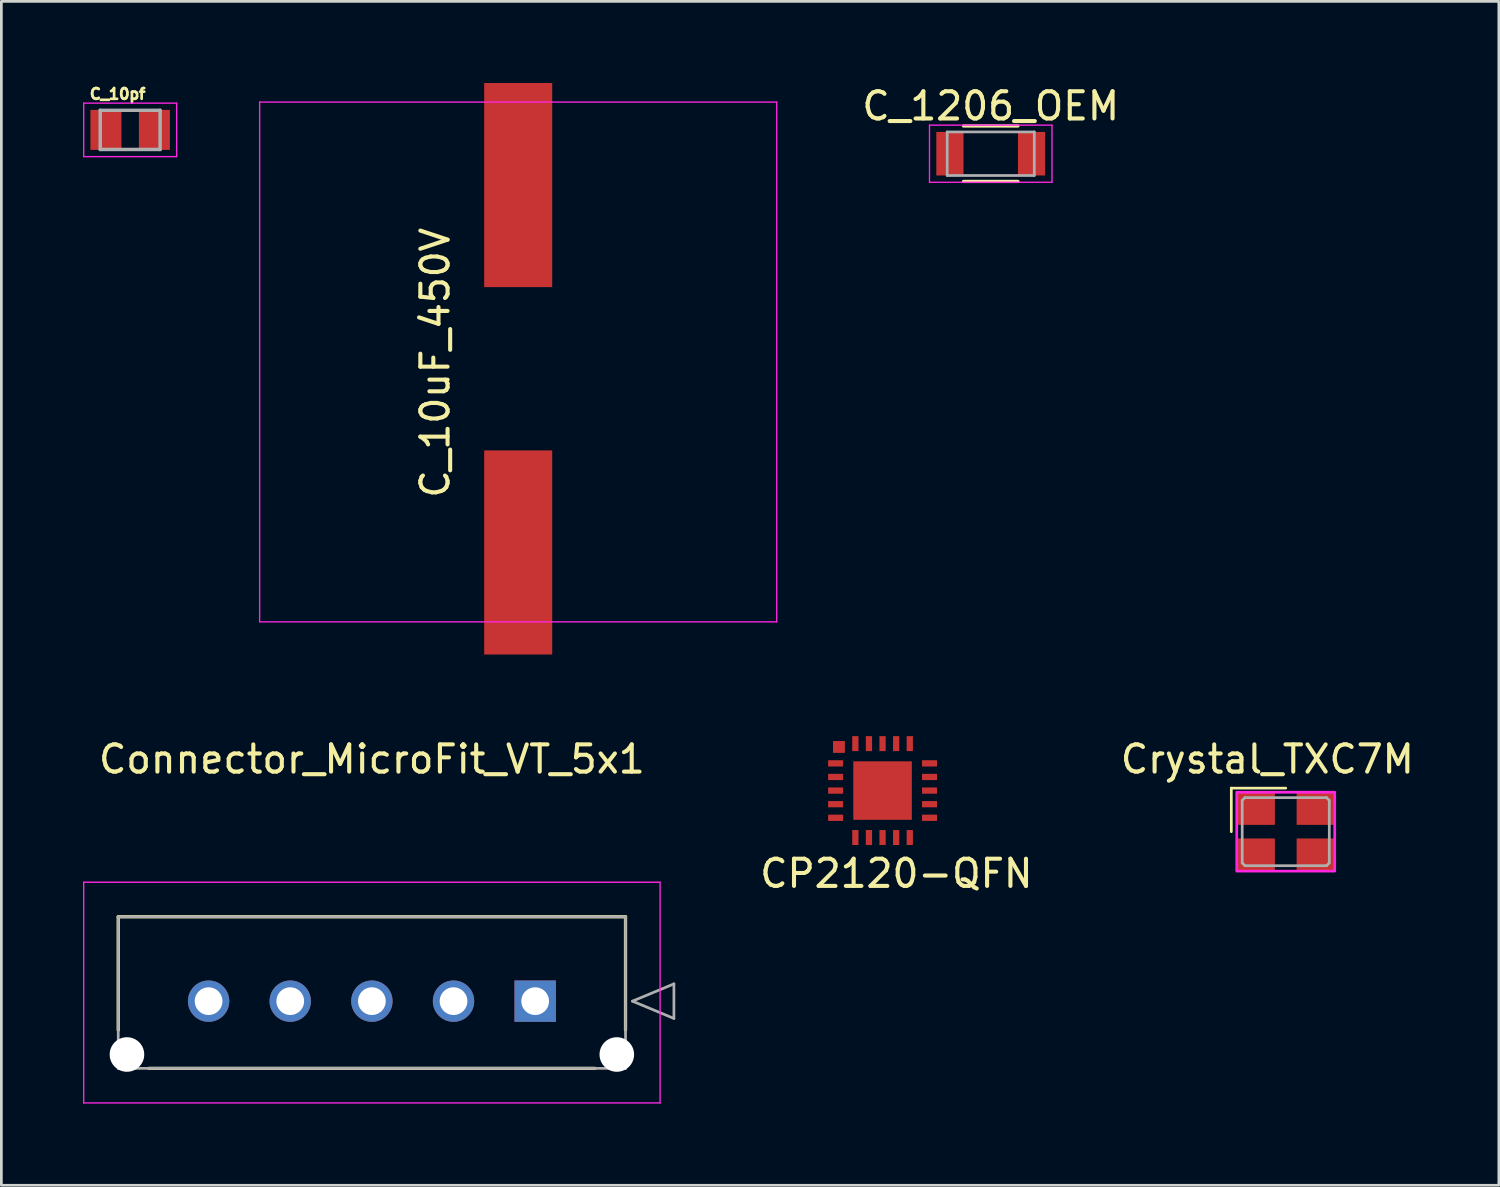
<source format=kicad_pcb>
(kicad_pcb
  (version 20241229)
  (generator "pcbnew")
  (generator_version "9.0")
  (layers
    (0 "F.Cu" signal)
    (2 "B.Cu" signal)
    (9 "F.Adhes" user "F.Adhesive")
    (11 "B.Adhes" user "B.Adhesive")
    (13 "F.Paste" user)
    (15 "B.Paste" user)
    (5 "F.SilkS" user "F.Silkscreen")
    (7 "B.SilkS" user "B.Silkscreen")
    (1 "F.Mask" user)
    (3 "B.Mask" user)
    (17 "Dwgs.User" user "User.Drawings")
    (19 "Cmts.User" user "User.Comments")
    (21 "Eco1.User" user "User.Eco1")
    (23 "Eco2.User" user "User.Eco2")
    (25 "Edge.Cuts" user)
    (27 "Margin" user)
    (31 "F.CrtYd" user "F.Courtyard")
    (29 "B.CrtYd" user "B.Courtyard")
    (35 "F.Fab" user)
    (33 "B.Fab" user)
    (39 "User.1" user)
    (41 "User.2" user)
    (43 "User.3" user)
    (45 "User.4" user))
  (footprint "C_10pf"
    (layer "F.Cu")
    (at 1.733 1.723)
    (property "Reference" "C_10pf" (at -0.46 -1.32 0) (layer "F.SilkS") (effects (font (size 0.394 0.394) (thickness 0.15))))
    (attr through_hole)
    (fp_line (start -1.708 -0.983) (end 1.708 -0.983) (stroke (width 0.05) (type solid)) (layer "F.CrtYd"))
    (fp_line (start -1.708 0.983) (end -1.708 -0.983) (stroke (width 0.05) (type solid)) (layer "F.CrtYd"))
    (fp_line (start -1.708 0.983) (end 1.708 0.983) (stroke (width 0.05) (type solid)) (layer "F.CrtYd"))
    (fp_line (start 1.708 0.983) (end 1.708 -0.983) (stroke (width 0.05) (type solid)) (layer "F.CrtYd"))
    (fp_line (start -1.1 0.72) (end -1.1 -0.72) (stroke (width 0.127) (type solid)) (layer "F.Fab"))
    (fp_line (start 1.1 -0.72) (end -1.1 -0.72) (stroke (width 0.127) (type solid)) (layer "F.Fab"))
    (fp_line (start 1.1 0.72) (end -1.1 0.72) (stroke (width 0.127) (type solid)) (layer "F.Fab"))
    (fp_line (start 1.1 0.72) (end 1.1 -0.72) (stroke (width 0.127) (type solid)) (layer "F.Fab"))
    (pad "1" smd rect (at -0.89 0) (size 1.14 1.47) (layers "F.Cu" "F.Mask" "F.Paste"))
    (pad "2" smd rect (at 0.89 0) (size 1.14 1.47) (layers "F.Cu" "F.Mask" "F.Paste")))
  (footprint "Crystal_TXC7M"
    (layer "F.Cu")
    (at 44.195 27.51)
    (property "Reference" "Crystal_TXC7M" (at -0.676 -2.662 0) (layer "F.SilkS") (effects (font (size 1 1) (thickness 0.15))))
    (attr smd)
    (fp_line (start -2 -1.6) (end -2 0) (stroke (width 0.1) (type solid)) (layer "F.SilkS"))
    (fp_line (start -2 -1.6) (end 0 -1.6) (stroke (width 0.1) (type solid)) (layer "F.SilkS"))
    (fp_rect (start -1.8 -1.45) (end 1.8 1.45) (stroke (width 0.1) (type solid)) (fill no) (layer "F.CrtYd"))
    (fp_line (start -1.6 -1.15) (end -1.5 -1.25) (stroke (width 0.1) (type solid)) (layer "F.Fab"))
    (fp_line (start -1.6 1.15) (end -1.6 -1.15) (stroke (width 0.1) (type solid)) (layer "F.Fab"))
    (fp_line (start -1.5 -1.25) (end 1.5 -1.25) (stroke (width 0.1) (type solid)) (layer "F.Fab"))
    (fp_line (start -1.5 1.25) (end -1.6 1.15) (stroke (width 0.1) (type solid)) (layer "F.Fab"))
    (fp_line (start 1.5 -1.25) (end 1.6 -1.15) (stroke (width 0.1) (type solid)) (layer "F.Fab"))
    (fp_line (start 1.5 1.25) (end -1.5 1.25) (stroke (width 0.1) (type solid)) (layer "F.Fab"))
    (fp_line (start 1.6 -1.15) (end 1.6 1.15) (stroke (width 0.1) (type solid)) (layer "F.Fab"))
    (fp_line (start 1.6 1.15) (end 1.5 1.25) (stroke (width 0.1) (type solid)) (layer "F.Fab"))
    (pad "1" smd rect (at -1.1 0.85) (size 1.4 1.2) (layers "F.Cu" "F.Mask"))
    (pad "2" smd rect (at 1.1 0.85) (size 1.4 1.2) (layers "F.Cu" "F.Mask"))
    (pad "3" smd rect (at 1.1 -0.85) (size 1.4 1.2) (layers "F.Cu" "F.Mask"))
    (pad "4" smd rect (at -1.1 -0.85) (size 1.4 1.2) (layers "F.Cu" "F.Mask")))
  (footprint "C_10uF_450V"
    (layer "F.Cu")
    (at 15.991 3.75)
    (property "Reference" "C_10uF_450V" (at -3.05 6.53 90) (layer "F.SilkS") (effects (font (size 1 1) (thickness 0.15))))
    (attr smd)
    (fp_line (start -9.5 -3.05) (end -9.5 16.05) (stroke (width 0.05) (type solid)) (layer "F.CrtYd"))
    (fp_line (start -9.5 -3.05) (end 9.5 -3.05) (stroke (width 0.05) (type solid)) (layer "F.CrtYd"))
    (fp_line (start -9.5 16.05) (end 9.5 16.05) (stroke (width 0.05) (type solid)) (layer "F.CrtYd"))
    (fp_line (start 9.5 -3.05) (end 9.5 16.05) (stroke (width 0.05) (type solid)) (layer "F.CrtYd"))
    (pad "1" smd rect (at 0 0) (size 2.5 7.5) (layers "F.Cu" "F.Mask" "F.Paste"))
    (pad "2" smd rect (at 0 13.5) (size 2.5 7.5) (layers "F.Cu" "F.Mask" "F.Paste")))
  (footprint "CP2120-QFN"
    (layer "F.Cu")
    (at 29.38 26)
    (property "Reference" "CP2120-QFN" (at 0.508 3.048 0) (layer "F.SilkS") (effects (font (size 1 1) (thickness 0.15))))
    (attr through_hole)
    (pad "" smd rect (at -1.603 -1.603) (size 0.435 0.435) (layers "F.Cu" "F.Mask" "F.Paste"))
    (pad "1" smd rect (at -1.725 -1) (size 0.55 0.23) (layers "F.Cu" "F.Mask" "F.Paste"))
    (pad "2" smd rect (at -1.725 -0.5) (size 0.55 0.23) (layers "F.Cu" "F.Mask" "F.Paste"))
    (pad "3" smd rect (at -1.725 0) (size 0.55 0.23) (layers "F.Cu" "F.Mask" "F.Paste"))
    (pad "4" smd rect (at -1.725 0.5) (size 0.55 0.23) (layers "F.Cu" "F.Mask" "F.Paste"))
    (pad "5" smd rect (at -1.725 1) (size 0.55 0.23) (layers "F.Cu" "F.Mask" "F.Paste"))
    (pad "6" smd rect (at -1 1.725) (size 0.23 0.55) (layers "F.Cu" "F.Mask" "F.Paste"))
    (pad "7" smd rect (at -0.5 1.725) (size 0.23 0.55) (layers "F.Cu" "F.Mask" "F.Paste"))
    (pad "8" smd rect (at 0 1.725) (size 0.23 0.55) (layers "F.Cu" "F.Mask" "F.Paste"))
    (pad "9" smd rect (at 0.5 1.725) (size 0.23 0.55) (layers "F.Cu" "F.Mask" "F.Paste"))
    (pad "10" smd rect (at 1 1.725) (size 0.23 0.55) (layers "F.Cu" "F.Mask" "F.Paste"))
    (pad "11" smd rect (at 1.725 1) (size 0.55 0.23) (layers "F.Cu" "F.Mask" "F.Paste"))
    (pad "12" smd rect (at 1.725 0.5) (size 0.55 0.23) (layers "F.Cu" "F.Mask" "F.Paste"))
    (pad "13" smd rect (at 1.725 0) (size 0.55 0.23) (layers "F.Cu" "F.Mask" "F.Paste"))
    (pad "14" smd rect (at 1.725 -0.5) (size 0.55 0.23) (layers "F.Cu" "F.Mask" "F.Paste"))
    (pad "15" smd rect (at 1.725 -1) (size 0.55 0.23) (layers "F.Cu" "F.Mask" "F.Paste"))
    (pad "16" smd rect (at 1 -1.725) (size 0.23 0.55) (layers "F.Cu" "F.Mask" "F.Paste"))
    (pad "17" smd rect (at 0.5 -1.725) (size 0.23 0.55) (layers "F.Cu" "F.Mask" "F.Paste"))
    (pad "18" smd rect (at 0 -1.725) (size 0.23 0.55) (layers "F.Cu" "F.Mask" "F.Paste"))
    (pad "19" smd rect (at -0.5 -1.725) (size 0.23 0.55) (layers "F.Cu" "F.Mask" "F.Paste"))
    (pad "20" smd rect (at -1 -1.725) (size 0.23 0.55) (layers "F.Cu" "F.Mask" "F.Paste"))
    (pad "GND" smd rect (at 0 0) (size 2.15 2.15) (layers "F.Cu" "F.Mask" "F.Paste")))
  (footprint "C_1206_OEM"
    (layer "F.Cu")
    (at 33.355 2.598)
    (property "Reference" "C_1206_OEM" (at 0 -1.75 0) (layer "F.SilkS") (effects (font (size 1 1) (thickness 0.15))))
    (attr smd)
    (fp_line (start -1 1.02) (end 1 1.02) (stroke (width 0.12) (type solid)) (layer "F.SilkS"))
    (fp_line (start 1 -1.02) (end -1 -1.02) (stroke (width 0.12) (type solid)) (layer "F.SilkS"))
    (fp_line (start -2.25 -1.05) (end -2.25 1.05) (stroke (width 0.05) (type solid)) (layer "F.CrtYd"))
    (fp_line (start -2.25 -1.05) (end 2.25 -1.05) (stroke (width 0.05) (type solid)) (layer "F.CrtYd"))
    (fp_line (start 2.25 1.05) (end -2.25 1.05) (stroke (width 0.05) (type solid)) (layer "F.CrtYd"))
    (fp_line (start 2.25 1.05) (end 2.25 -1.05) (stroke (width 0.05) (type solid)) (layer "F.CrtYd"))
    (fp_line (start -1.6 -0.8) (end 1.6 -0.8) (stroke (width 0.1) (type solid)) (layer "F.Fab"))
    (fp_line (start -1.6 0.8) (end -1.6 -0.8) (stroke (width 0.1) (type solid)) (layer "F.Fab"))
    (fp_line (start 1.6 -0.8) (end 1.6 0.8) (stroke (width 0.1) (type solid)) (layer "F.Fab"))
    (fp_line (start 1.6 0.8) (end -1.6 0.8) (stroke (width 0.1) (type solid)) (layer "F.Fab"))
    (pad "1" smd rect (at -1.5 0) (size 1 1.6) (layers "F.Cu" "F.Mask" "F.Paste"))
    (pad "2" smd rect (at 1.5 0) (size 1 1.6) (layers "F.Cu" "F.Mask" "F.Paste")))
  (footprint "Connector_MicroFit_VT_5x1"
    (layer "F.Cu")
    (at 16.615 33.738)
    (property "Reference" "Connector_MicroFit_VT_5x1" (at -6 -8.89 0) (layer "F.SilkS") (effects (font (size 1 1) (thickness 0.15))))
    (attr through_hole)
    (fp_line (start -15.32 -3.1) (end -15.32 1.063) (stroke (width 0.12) (type solid)) (layer "F.SilkS"))
    (fp_line (start -14.196 2.47) (end 2.196 2.47) (stroke (width 0.12) (type solid)) (layer "F.SilkS"))
    (fp_line (start 3.32 -3.1) (end -15.32 -3.1) (stroke (width 0.12) (type solid)) (layer "F.SilkS"))
    (fp_line (start 3.32 1.063) (end 3.32 -3.1) (stroke (width 0.12) (type solid)) (layer "F.SilkS"))
    (fp_line (start -16.59 -4.37) (end -16.59 3.74) (stroke (width 0.05) (type solid)) (layer "F.CrtYd"))
    (fp_line (start -16.59 3.74) (end 4.59 3.74) (stroke (width 0.05) (type solid)) (layer "F.CrtYd"))
    (fp_line (start 4.59 -4.37) (end -16.59 -4.37) (stroke (width 0.05) (type solid)) (layer "F.CrtYd"))
    (fp_line (start 4.59 3.74) (end 4.59 -4.37) (stroke (width 0.05) (type solid)) (layer "F.CrtYd"))
    (fp_line (start -15.32 -3.1) (end -15.32 2.47) (stroke (width 0.1) (type solid)) (layer "F.Fab"))
    (fp_line (start -15.32 2.47) (end 3.32 2.47) (stroke (width 0.1) (type solid)) (layer "F.Fab"))
    (fp_line (start 3.32 -3.1) (end -15.32 -3.1) (stroke (width 0.1) (type solid)) (layer "F.Fab"))
    (fp_line (start 3.32 2.47) (end 3.32 -3.1) (stroke (width 0.1) (type solid)) (layer "F.Fab"))
    (fp_line (start 3.574 0) (end 5.098 -0.635) (stroke (width 0.1) (type solid)) (layer "F.Fab"))
    (fp_line (start 5.098 -0.635) (end 5.098 0.635) (stroke (width 0.1) (type solid)) (layer "F.Fab"))
    (fp_line (start 5.098 0.635) (end 3.574 0) (stroke (width 0.1) (type solid)) (layer "F.Fab"))
    (pad "" np_thru_hole circle (at -15 1.96) (size 1.27 1.27) (drill 1.27) (layers "*.Cu" "*.Mask"))
    (pad "" np_thru_hole circle (at 3 1.96) (size 1.27 1.27) (drill 1.27) (layers "*.Cu" "*.Mask"))
    (pad "1" thru_hole rect (at 0 0) (size 1.52 1.52) (drill 1.02) (layers "*.Cu" "*.Mask"))
    (pad "2" thru_hole circle (at -3 0) (size 1.52 1.52) (drill 1.02) (layers "*.Cu" "*.Mask"))
    (pad "3" thru_hole circle (at -6 0) (size 1.52 1.52) (drill 1.02) (layers "*.Cu" "*.Mask"))
    (pad "4" thru_hole circle (at -9 0) (size 1.52 1.52) (drill 1.02) (layers "*.Cu" "*.Mask"))
    (pad "5" thru_hole circle (at -12 0) (size 1.52 1.52) (drill 1.02) (layers "*.Cu" "*.Mask")))
  (gr_rect
    (start -3 -3)
    (end 52.025 40.503)
    (stroke (width 0.1) (type default))
    (fill no)
    (layer "Edge.Cuts")))
</source>
